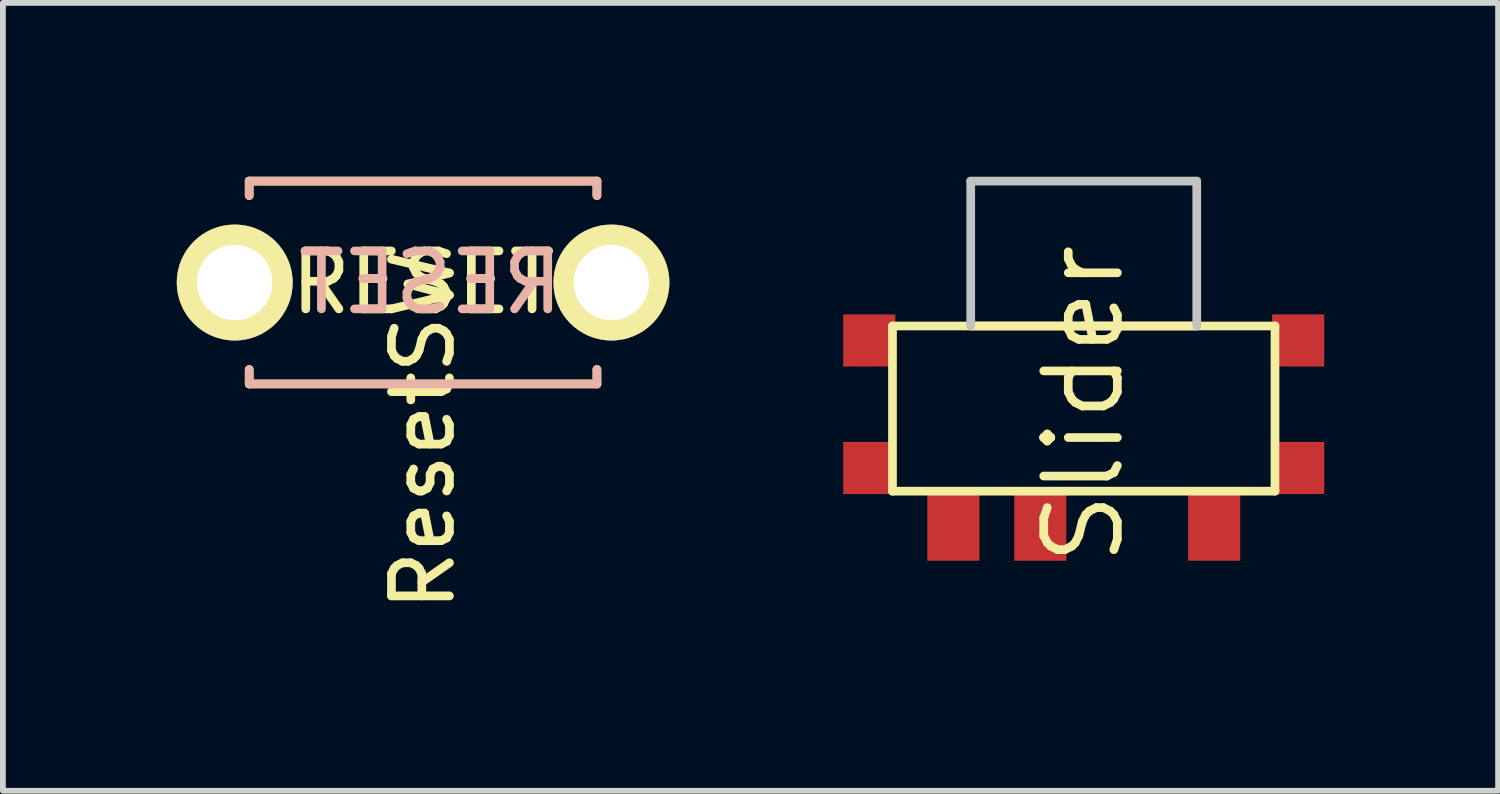
<source format=kicad_pcb>
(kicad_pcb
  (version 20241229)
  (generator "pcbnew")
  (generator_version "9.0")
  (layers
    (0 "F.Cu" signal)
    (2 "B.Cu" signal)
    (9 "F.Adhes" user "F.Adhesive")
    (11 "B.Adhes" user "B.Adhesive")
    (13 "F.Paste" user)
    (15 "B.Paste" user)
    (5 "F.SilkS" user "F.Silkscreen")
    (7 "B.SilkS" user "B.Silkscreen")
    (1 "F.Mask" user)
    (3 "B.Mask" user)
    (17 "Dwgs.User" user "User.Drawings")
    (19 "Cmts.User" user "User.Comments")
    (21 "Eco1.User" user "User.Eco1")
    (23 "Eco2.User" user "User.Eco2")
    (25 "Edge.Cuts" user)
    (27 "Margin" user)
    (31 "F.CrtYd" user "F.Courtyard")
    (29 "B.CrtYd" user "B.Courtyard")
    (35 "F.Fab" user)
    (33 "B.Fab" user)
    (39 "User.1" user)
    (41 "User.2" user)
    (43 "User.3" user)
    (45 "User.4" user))
  (footprint "ResetSW"
    (layer "F.Cu")
    (at 4.25 1.825)
    (property "Reference" "ResetSW" (at 0 2.55 270) (layer "F.SilkS") (effects (font (size 1 1) (thickness 0.15))))
    (attr through_hole)
    (fp_line (start -3 -1.75) (end -3 -1.5) (stroke (width 0.15) (type solid)) (layer "F.SilkS"))
    (fp_line (start -3 -1.75) (end 3 -1.75) (stroke (width 0.15) (type solid)) (layer "F.SilkS"))
    (fp_line (start -3 1.75) (end -3 1.5) (stroke (width 0.15) (type solid)) (layer "F.SilkS"))
    (fp_line (start -3 1.75) (end 3 1.75) (stroke (width 0.15) (type solid)) (layer "F.SilkS"))
    (fp_line (start 3 -1.75) (end 3 -1.5) (stroke (width 0.15) (type solid)) (layer "F.SilkS"))
    (fp_line (start 3 1.75) (end 3 1.5) (stroke (width 0.15) (type solid)) (layer "F.SilkS"))
    (fp_line (start -3 -1.75) (end 3 -1.75) (stroke (width 0.15) (type solid)) (layer "B.SilkS"))
    (fp_line (start -3 -1.5) (end -3 -1.75) (stroke (width 0.15) (type solid)) (layer "B.SilkS"))
    (fp_line (start -3 1.75) (end -3 1.5) (stroke (width 0.15) (type solid)) (layer "B.SilkS"))
    (fp_line (start 3 -1.75) (end 3 -1.5) (stroke (width 0.15) (type solid)) (layer "B.SilkS"))
    (fp_line (start 3 1.5) (end 3 1.75) (stroke (width 0.15) (type solid)) (layer "B.SilkS"))
    (fp_line (start 3 1.75) (end -3 1.75) (stroke (width 0.15) (type solid)) (layer "B.SilkS"))
    (fp_text user "RESET" (at 0 0 0) (layer "F.SilkS") (effects (font (size 1 1) (thickness 0.15))))
    (fp_text user "RESET" (at 0.127 0 0) (layer "B.SilkS") (effects (font (size 1 1) (thickness 0.15)) (justify mirror)))
    (pad "1" thru_hole circle (at 3.25 0) (size 2 2) (drill 1.3) (layers "*.Cu" "*.Mask" "F.SilkS"))
    (pad "2" thru_hole circle (at -3.25 0) (size 2 2) (drill 1.3) (layers "*.Cu" "*.Mask" "F.SilkS")))
  (footprint "Slider"
    (layer "F.Cu")
    (at 15.65 3.925)
    (property "Reference" "Slider" (at 0 0 90) (layer "F.SilkS") (effects (font (size 1.27 1.27) (thickness 0.15))))
    (attr through_hole)
    (fp_line (start -3.3 -1.35) (end -3.3 1.5) (stroke (width 0.15) (type solid)) (layer "F.SilkS"))
    (fp_line (start -3.3 1.5) (end 3.3 1.5) (stroke (width 0.15) (type solid)) (layer "F.SilkS"))
    (fp_line (start 0 -1.35) (end -3.3 -1.35) (stroke (width 0.15) (type solid)) (layer "F.SilkS"))
    (fp_line (start 0 -1.35) (end 3.3 -1.35) (stroke (width 0.15) (type solid)) (layer "F.SilkS"))
    (fp_line (start 1.95 -1.35) (end -1.95 -1.35) (stroke (width 0.15) (type solid)) (layer "F.SilkS"))
    (fp_line (start 3.3 1.5) (end 3.3 -1.35) (stroke (width 0.15) (type solid)) (layer "F.SilkS"))
    (fp_line (start -1.95 -3.85) (end 1.95 -3.85) (stroke (width 0.15) (type solid)) (layer "Dwgs.User"))
    (fp_line (start -1.95 -1.35) (end -1.95 -3.85) (stroke (width 0.15) (type solid)) (layer "Dwgs.User"))
    (fp_line (start 1.95 -3.85) (end 1.95 -1.35) (stroke (width 0.15) (type solid)) (layer "Dwgs.User"))
    (pad "" smd rect (at -3.7 -1.1) (size 0.9 0.9) (layers "F.Cu" "F.Mask" "F.Paste"))
    (pad "" smd rect (at -3.7 1.1) (size 0.9 0.9) (layers "F.Cu" "F.Mask" "F.Paste"))
    (pad "" smd rect (at 3.7 -1.1) (size 0.9 0.9) (layers "F.Cu" "F.Mask" "F.Paste"))
    (pad "" smd rect (at 3.7 1.1) (size 0.9 0.9) (layers "F.Cu" "F.Mask" "F.Paste"))
    (pad "1" smd rect (at 2.25 2.075) (size 0.9 1.25) (layers "F.Cu" "F.Mask" "F.Paste"))
    (pad "2" smd rect (at -0.75 2.075) (size 0.9 1.25) (layers "F.Cu" "F.Mask" "F.Paste"))
    (pad "3" smd rect (at -2.25 2.075) (size 0.9 1.25) (layers "F.Cu" "F.Mask" "F.Paste")))
  (gr_rect
    (start -3 -3)
    (end 22.8 10.595)
    (stroke (width 0.1) (type default))
    (fill no)
    (layer "Edge.Cuts")))
</source>
